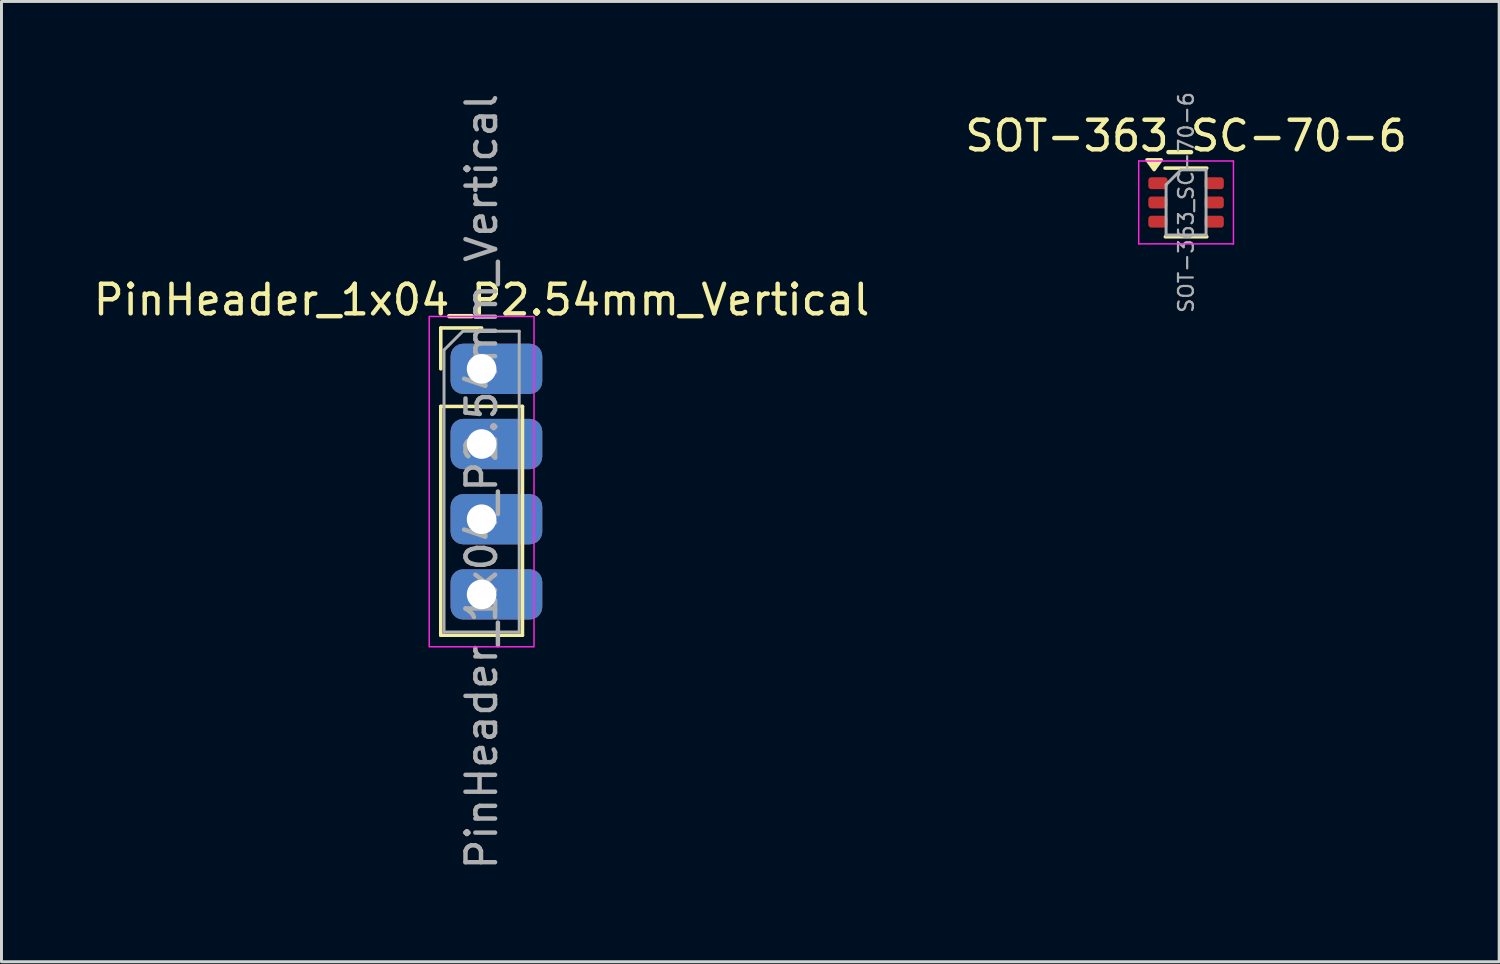
<source format=kicad_pcb>
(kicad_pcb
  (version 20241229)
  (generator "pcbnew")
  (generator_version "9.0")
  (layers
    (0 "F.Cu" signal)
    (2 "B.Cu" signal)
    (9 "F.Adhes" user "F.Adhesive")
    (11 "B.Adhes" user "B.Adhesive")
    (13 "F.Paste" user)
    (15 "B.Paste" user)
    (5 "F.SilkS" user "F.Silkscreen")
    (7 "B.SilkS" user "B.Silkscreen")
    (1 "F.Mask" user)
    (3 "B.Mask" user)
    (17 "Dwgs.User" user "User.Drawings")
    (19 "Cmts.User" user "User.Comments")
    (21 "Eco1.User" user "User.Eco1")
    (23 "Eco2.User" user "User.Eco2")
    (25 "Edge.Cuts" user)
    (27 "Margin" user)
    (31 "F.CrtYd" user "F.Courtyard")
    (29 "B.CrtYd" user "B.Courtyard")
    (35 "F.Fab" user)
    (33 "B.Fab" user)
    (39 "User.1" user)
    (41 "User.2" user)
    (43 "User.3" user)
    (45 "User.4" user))
  (footprint "SOT-363_SC-70-6"
    (layer "F.Cu")
    (at 37.018 3.789)
    (property "Reference" "SOT-363_SC-70-6" (at 0 -2.25 0) (layer "F.SilkS") (effects (font (size 1 1) (thickness 0.15))))
    (attr smd)
    (fp_line (start -0.71 -1.16) (end 0.7 -1.16) (stroke (width 0.12) (type solid)) (layer "F.SilkS"))
    (fp_line (start -0.7 1.16) (end 0.7 1.16) (stroke (width 0.12) (type solid)) (layer "F.SilkS"))
    (fp_poly (pts (xy -1.08 -1.11) (xy -1.32 -1.44) (xy -0.84 -1.44) (xy -1.08 -1.11)) (stroke (width 0.12) (type solid)) (fill yes) (layer "F.SilkS"))
    (fp_line (start -1.6 -1.4) (end -1.6 1.4) (stroke (width 0.05) (type solid)) (layer "F.CrtYd"))
    (fp_line (start -1.6 -1.4) (end 1.6 -1.4) (stroke (width 0.05) (type solid)) (layer "F.CrtYd"))
    (fp_line (start -1.6 1.4) (end 1.6 1.4) (stroke (width 0.05) (type solid)) (layer "F.CrtYd"))
    (fp_line (start 1.6 1.4) (end 1.6 -1.4) (stroke (width 0.05) (type solid)) (layer "F.CrtYd"))
    (fp_line (start -0.675 -0.6) (end -0.675 1.1) (stroke (width 0.1) (type solid)) (layer "F.Fab"))
    (fp_line (start -0.175 -1.1) (end -0.675 -0.6) (stroke (width 0.1) (type solid)) (layer "F.Fab"))
    (fp_line (start 0.675 -1.1) (end -0.175 -1.1) (stroke (width 0.1) (type solid)) (layer "F.Fab"))
    (fp_line (start 0.675 -1.1) (end 0.675 1.1) (stroke (width 0.1) (type solid)) (layer "F.Fab"))
    (fp_line (start 0.675 1.1) (end -0.675 1.1) (stroke (width 0.1) (type solid)) (layer "F.Fab"))
    (fp_text user "${REFERENCE}" (at 0 0 90) (layer "F.Fab") (effects (font (size 0.5 0.5) (thickness 0.075))))
    (pad "1" smd roundrect (at -0.95 -0.65) (size 0.65 0.4) (layers "F.Cu" "F.Mask" "F.Paste") (roundrect_rratio 0.25))
    (pad "2" smd roundrect (at -0.95 0) (size 0.65 0.4) (layers "F.Cu" "F.Mask" "F.Paste") (roundrect_rratio 0.25))
    (pad "3" smd roundrect (at -0.95 0.65) (size 0.65 0.4) (layers "F.Cu" "F.Mask" "F.Paste") (roundrect_rratio 0.25))
    (pad "4" smd roundrect (at 0.95 0.65) (size 0.65 0.4) (layers "F.Cu" "F.Mask" "F.Paste") (roundrect_rratio 0.25))
    (pad "5" smd roundrect (at 0.95 0) (size 0.65 0.4) (layers "F.Cu" "F.Mask" "F.Paste") (roundrect_rratio 0.25))
    (pad "6" smd roundrect (at 0.95 -0.65) (size 0.65 0.4) (layers "F.Cu" "F.Mask" "F.Paste") (roundrect_rratio 0.25)))
  (footprint "PinHeader_1x04_P2.54mm_Vertical"
    (layer "F.Cu")
    (at 13.22 9.41)
    (property "Reference" "PinHeader_1x04_P2.54mm_Vertical" (at 0 -2.33 0) (layer "F.SilkS") (effects (font (size 1 1) (thickness 0.15))))
    (attr through_hole)
    (fp_line (start -1.38 -1.38) (end 0 -1.38) (stroke (width 0.12) (type solid)) (layer "F.SilkS"))
    (fp_line (start -1.38 0) (end -1.38 -1.38) (stroke (width 0.12) (type solid)) (layer "F.SilkS"))
    (fp_line (start -1.38 1.27) (end -1.38 9) (stroke (width 0.12) (type solid)) (layer "F.SilkS"))
    (fp_line (start -1.38 1.27) (end 1.38 1.27) (stroke (width 0.12) (type solid)) (layer "F.SilkS"))
    (fp_line (start -1.38 9) (end 1.38 9) (stroke (width 0.12) (type solid)) (layer "F.SilkS"))
    (fp_line (start 1.38 1.27) (end 1.38 9) (stroke (width 0.12) (type solid)) (layer "F.SilkS"))
    (fp_rect (start -1.77 -1.77) (end 1.77 9.39) (stroke (width 0.05) (type solid)) (fill no) (layer "F.CrtYd"))
    (fp_line (start -1.27 -0.635) (end -0.635 -1.27) (stroke (width 0.1) (type solid)) (layer "F.Fab"))
    (fp_line (start -1.27 8.89) (end -1.27 -0.635) (stroke (width 0.1) (type solid)) (layer "F.Fab"))
    (fp_line (start -0.635 -1.27) (end 1.27 -1.27) (stroke (width 0.1) (type solid)) (layer "F.Fab"))
    (fp_line (start 1.27 -1.27) (end 1.27 8.89) (stroke (width 0.1) (type solid)) (layer "F.Fab"))
    (fp_line (start 1.27 8.89) (end -1.27 8.89) (stroke (width 0.1) (type solid)) (layer "F.Fab"))
    (fp_text user "${REFERENCE}" (at 0 3.81 90) (layer "F.Fab") (effects (font (size 1 1) (thickness 0.15))))
    (pad "1" thru_hole roundrect (at 0 0) (size 3.1 1.7) (drill 1 (offset 0.5 0)) (layers "*.Cu" "*.Mask") (roundrect_rratio 0.25))
    (pad "2" thru_hole roundrect (at 0 2.54) (size 3.1 1.7) (drill 1 (offset 0.5 0)) (layers "*.Cu" "*.Mask") (roundrect_rratio 0.25))
    (pad "3" thru_hole roundrect (at 0 5.08) (size 3.1 1.7) (drill 1 (offset 0.5 0)) (layers "*.Cu" "*.Mask") (roundrect_rratio 0.25))
    (pad "4" thru_hole roundrect (at 0 7.62) (size 3.1 1.7) (drill 1 (offset 0.5 0)) (layers "*.Cu" "*.Mask") (roundrect_rratio 0.25)))
  (gr_rect
    (start -3 -3)
    (end 47.595 29.44)
    (stroke (width 0.1) (type default))
    (fill no)
    (layer "Edge.Cuts")))
</source>
